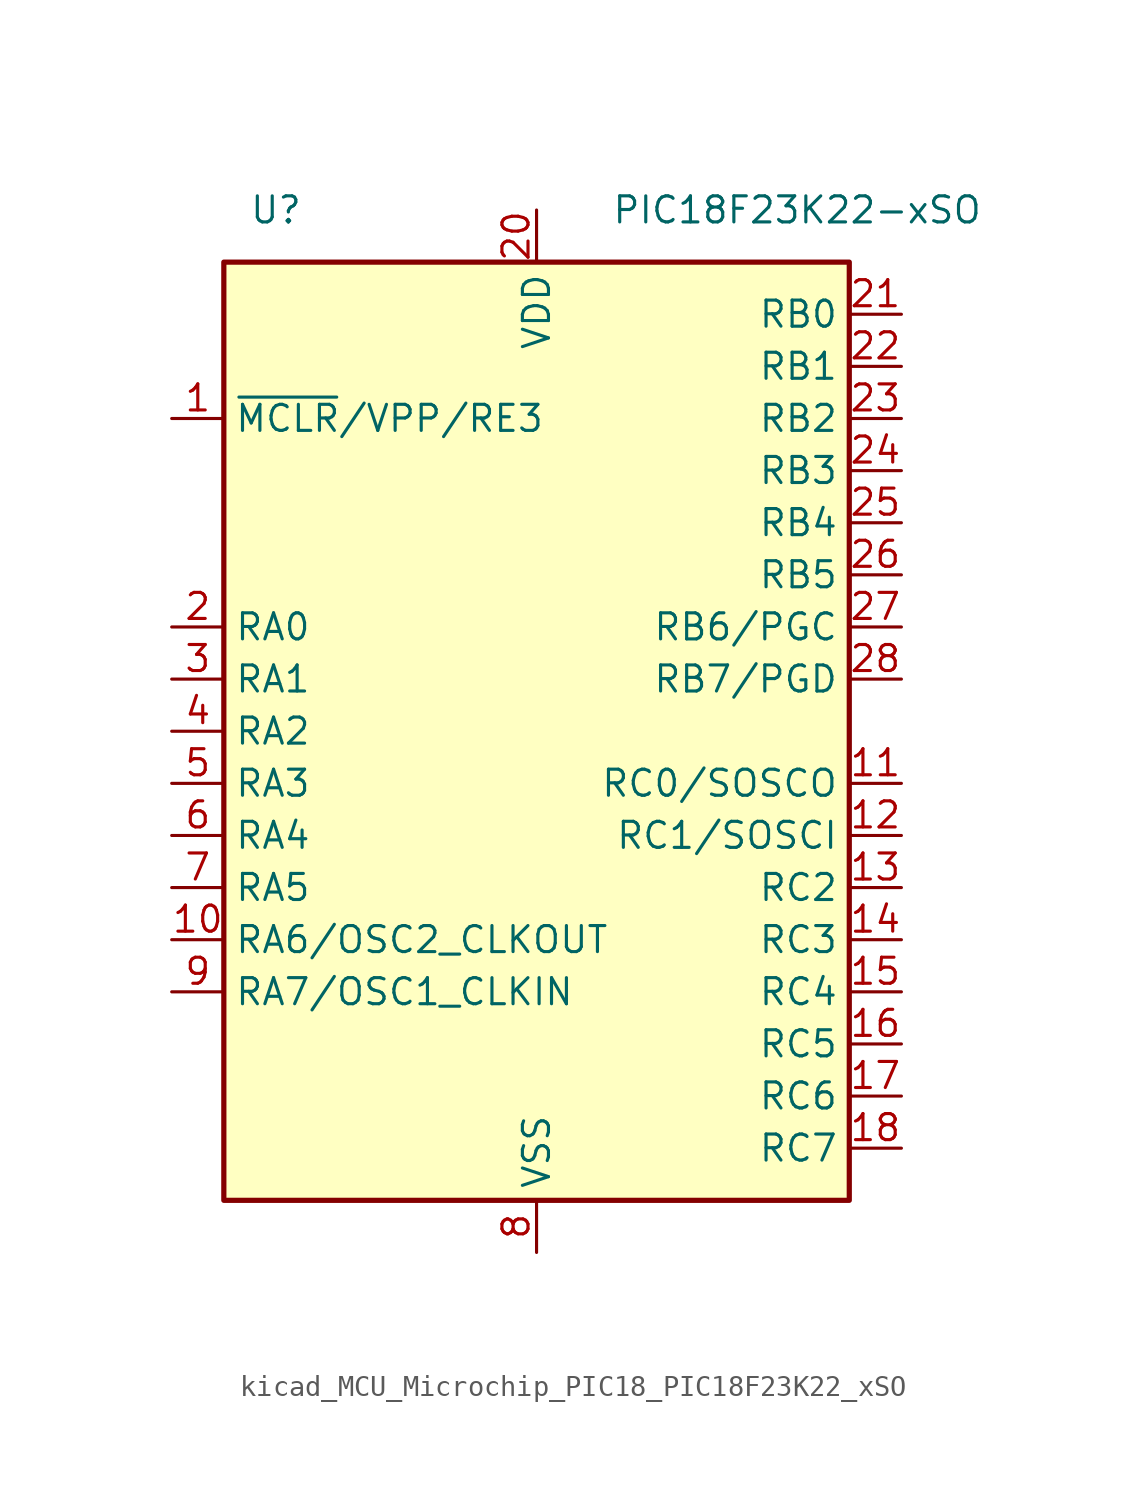
<source format=kicad_sym>
(kicad_symbol_lib
  (version 20220914)
  (generator kicad_symbol_editor)
  (symbol "kicad_MCU_Microchip_PIC18_PIC18F23K22_xSO"
    (property "Reference" "U"
      (at -12.7 25.4 0)
      (effects (font (size 1.27 1.27))))
    (property "Value" "PIC18F23K22-xSO"
      (at 12.7 25.4 0)
      (effects (font (size 1.27 1.27))))
    (symbol "kicad_MCU_Microchip_PIC18_PIC18F23K22_xSO_1_1"
      (rectangle (start -15.24 22.86) (end 15.24 -22.86) (stroke (width 0.254) (type default)) (fill (type background)))
      (pin input line (at -17.78 15.24 0) (length 2.54) (name "~{MCLR}/VPP/RE3" (effects (font (size 1.27 1.27)))) (number "1" (effects (font (size 1.27 1.27)))))
      (pin bidirectional line (at -17.78 -10.16 0) (length 2.54) (name "RA6/OSC2_CLKOUT" (effects (font (size 1.27 1.27)))) (number "10" (effects (font (size 1.27 1.27)))))
      (pin bidirectional line (at 17.78 -2.54 180) (length 2.54) (name "RC0/SOSCO" (effects (font (size 1.27 1.27)))) (number "11" (effects (font (size 1.27 1.27)))))
      (pin bidirectional line (at 17.78 -5.08 180) (length 2.54) (name "RC1/SOSCI" (effects (font (size 1.27 1.27)))) (number "12" (effects (font (size 1.27 1.27)))))
      (pin bidirectional line (at 17.78 -7.62 180) (length 2.54) (name "RC2" (effects (font (size 1.27 1.27)))) (number "13" (effects (font (size 1.27 1.27)))))
      (pin bidirectional line (at 17.78 -10.16 180) (length 2.54) (name "RC3" (effects (font (size 1.27 1.27)))) (number "14" (effects (font (size 1.27 1.27)))))
      (pin bidirectional line (at 17.78 -12.7 180) (length 2.54) (name "RC4" (effects (font (size 1.27 1.27)))) (number "15" (effects (font (size 1.27 1.27)))))
      (pin bidirectional line (at 17.78 -15.24 180) (length 2.54) (name "RC5" (effects (font (size 1.27 1.27)))) (number "16" (effects (font (size 1.27 1.27)))))
      (pin bidirectional line (at 17.78 -17.78 180) (length 2.54) (name "RC6" (effects (font (size 1.27 1.27)))) (number "17" (effects (font (size 1.27 1.27)))))
      (pin bidirectional line (at 17.78 -20.32 180) (length 2.54) (name "RC7" (effects (font (size 1.27 1.27)))) (number "18" (effects (font (size 1.27 1.27)))))
      (pin passive line (at 0 -25.4 90) (length 2.54) hide (name "VSS" (effects (font (size 1.27 1.27)))) (number "19" (effects (font (size 1.27 1.27)))))
      (pin bidirectional line (at -17.78 5.08 0) (length 2.54) (name "RA0" (effects (font (size 1.27 1.27)))) (number "2" (effects (font (size 1.27 1.27)))))
      (pin power_in line (at 0 25.4 270) (length 2.54) (name "VDD" (effects (font (size 1.27 1.27)))) (number "20" (effects (font (size 1.27 1.27)))))
      (pin bidirectional line (at 17.78 20.32 180) (length 2.54) (name "RB0" (effects (font (size 1.27 1.27)))) (number "21" (effects (font (size 1.27 1.27)))))
      (pin bidirectional line (at 17.78 17.78 180) (length 2.54) (name "RB1" (effects (font (size 1.27 1.27)))) (number "22" (effects (font (size 1.27 1.27)))))
      (pin bidirectional line (at 17.78 15.24 180) (length 2.54) (name "RB2" (effects (font (size 1.27 1.27)))) (number "23" (effects (font (size 1.27 1.27)))))
      (pin bidirectional line (at 17.78 12.7 180) (length 2.54) (name "RB3" (effects (font (size 1.27 1.27)))) (number "24" (effects (font (size 1.27 1.27)))))
      (pin bidirectional line (at 17.78 10.16 180) (length 2.54) (name "RB4" (effects (font (size 1.27 1.27)))) (number "25" (effects (font (size 1.27 1.27)))))
      (pin bidirectional line (at 17.78 7.62 180) (length 2.54) (name "RB5" (effects (font (size 1.27 1.27)))) (number "26" (effects (font (size 1.27 1.27)))))
      (pin bidirectional line (at 17.78 5.08 180) (length 2.54) (name "RB6/PGC" (effects (font (size 1.27 1.27)))) (number "27" (effects (font (size 1.27 1.27)))))
      (pin bidirectional line (at 17.78 2.54 180) (length 2.54) (name "RB7/PGD" (effects (font (size 1.27 1.27)))) (number "28" (effects (font (size 1.27 1.27)))))
      (pin bidirectional line (at -17.78 2.54 0) (length 2.54) (name "RA1" (effects (font (size 1.27 1.27)))) (number "3" (effects (font (size 1.27 1.27)))))
      (pin bidirectional line (at -17.78 0 0) (length 2.54) (name "RA2" (effects (font (size 1.27 1.27)))) (number "4" (effects (font (size 1.27 1.27)))))
      (pin bidirectional line (at -17.78 -2.54 0) (length 2.54) (name "RA3" (effects (font (size 1.27 1.27)))) (number "5" (effects (font (size 1.27 1.27)))))
      (pin bidirectional line (at -17.78 -5.08 0) (length 2.54) (name "RA4" (effects (font (size 1.27 1.27)))) (number "6" (effects (font (size 1.27 1.27)))))
      (pin bidirectional line (at -17.78 -7.62 0) (length 2.54) (name "RA5" (effects (font (size 1.27 1.27)))) (number "7" (effects (font (size 1.27 1.27)))))
      (pin power_in line (at 0 -25.4 90) (length 2.54) (name "VSS" (effects (font (size 1.27 1.27)))) (number "8" (effects (font (size 1.27 1.27)))))
      (pin bidirectional line (at -17.78 -12.7 0) (length 2.54) (name "RA7/OSC1_CLKIN" (effects (font (size 1.27 1.27)))) (number "9" (effects (font (size 1.27 1.27))))))))
</source>
